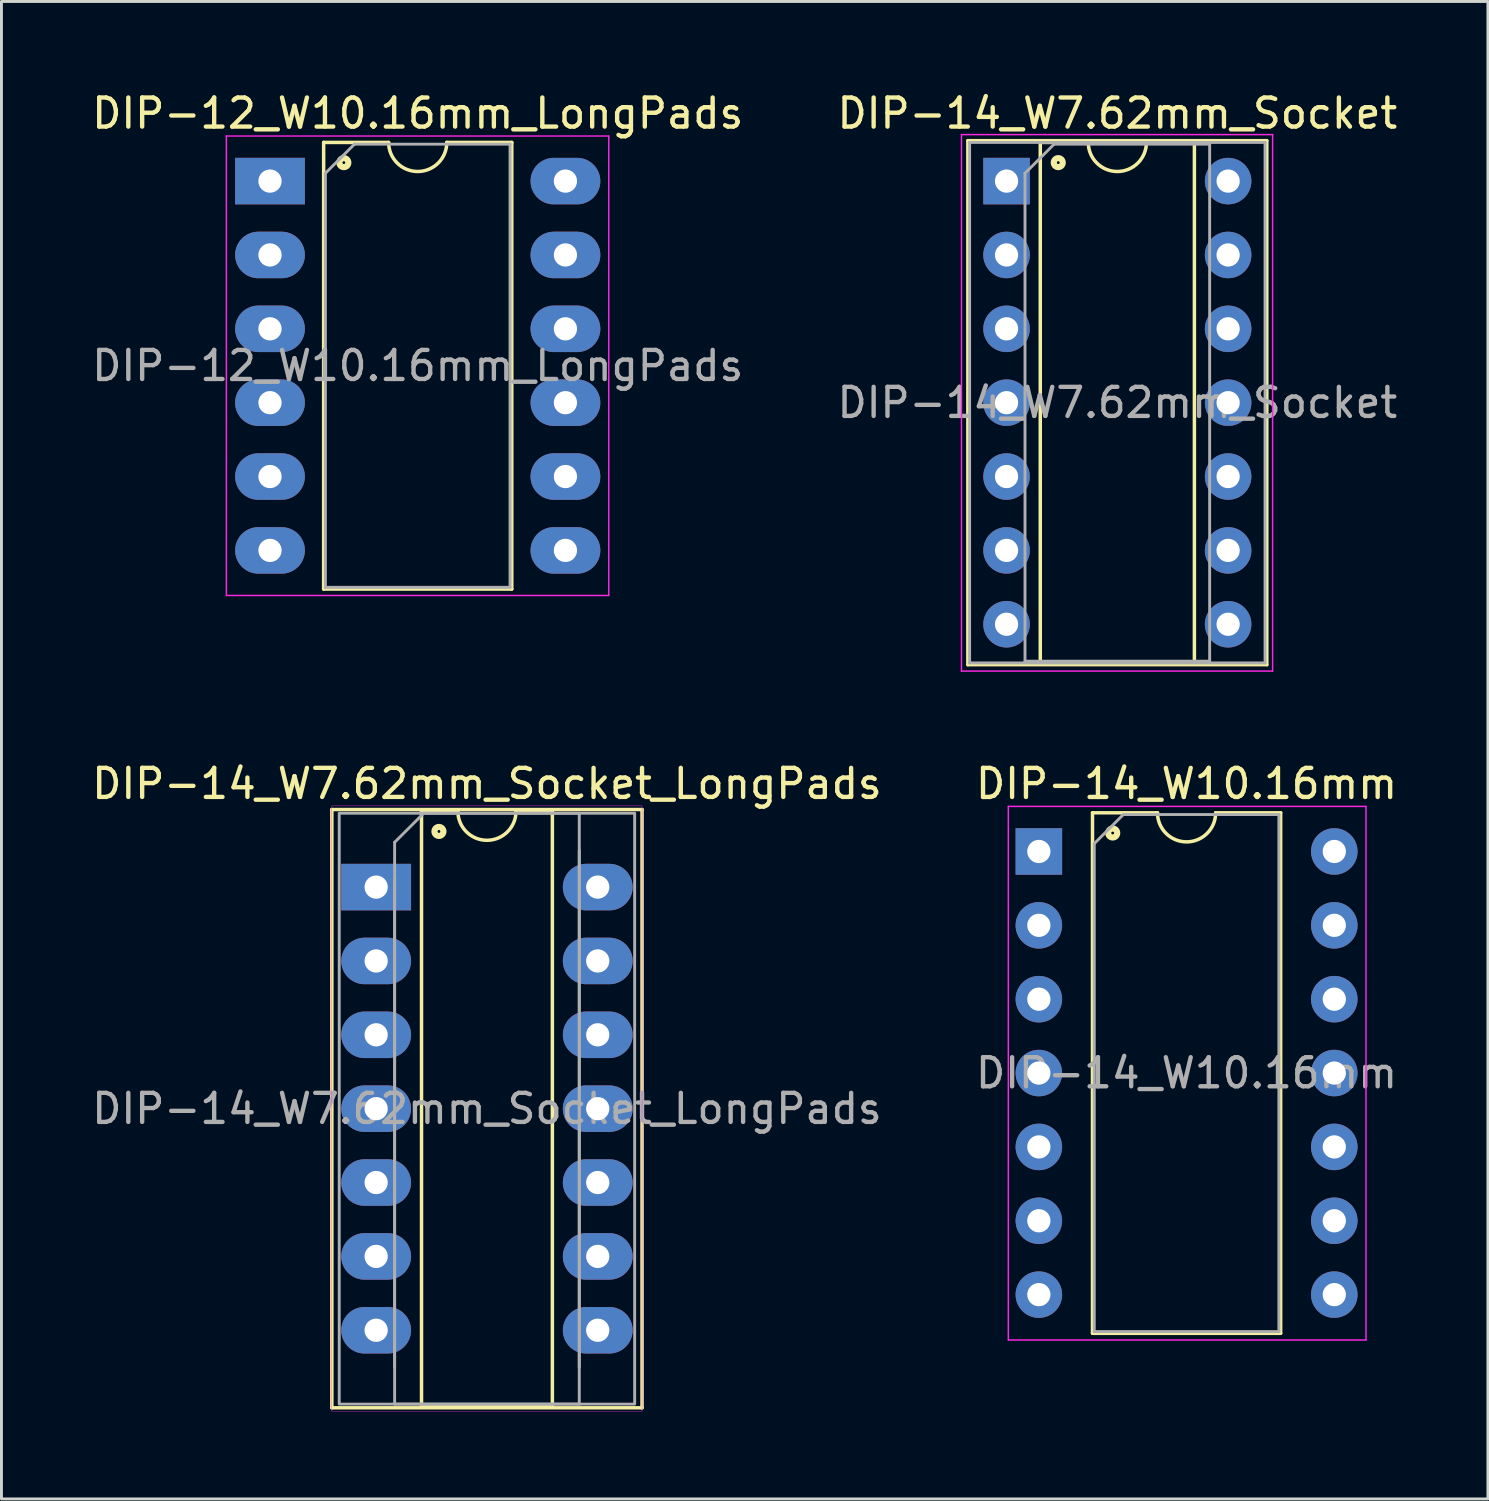
<source format=kicad_pcb>
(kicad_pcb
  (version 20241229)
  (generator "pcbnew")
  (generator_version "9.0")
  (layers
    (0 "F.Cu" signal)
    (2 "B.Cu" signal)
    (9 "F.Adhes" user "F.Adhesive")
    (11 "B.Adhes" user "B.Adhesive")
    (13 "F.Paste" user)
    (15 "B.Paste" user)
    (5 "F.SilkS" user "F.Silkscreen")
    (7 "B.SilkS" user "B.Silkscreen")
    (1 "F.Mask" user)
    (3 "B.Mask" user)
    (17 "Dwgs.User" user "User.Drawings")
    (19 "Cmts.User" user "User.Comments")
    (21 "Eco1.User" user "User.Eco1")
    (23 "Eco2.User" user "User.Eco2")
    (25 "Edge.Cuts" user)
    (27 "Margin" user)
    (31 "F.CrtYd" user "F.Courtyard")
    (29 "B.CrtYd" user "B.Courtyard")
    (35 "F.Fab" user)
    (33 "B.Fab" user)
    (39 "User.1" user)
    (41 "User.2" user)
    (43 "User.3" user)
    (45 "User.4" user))
  (footprint "DIP-12_W10.16mm_LongPads"
    (layer "F.Cu")
    (at 6.235 3.178)
    (property "Reference" "DIP-12_W10.16mm_LongPads" (at 5.08 -2.33 0) (layer "F.SilkS") (effects (font (size 1 1) (thickness 0.15))))
    (attr through_hole)
    (fp_line (start 1.845 -1.33) (end 1.845 14.03) (stroke (width 0.12) (type solid)) (layer "F.SilkS"))
    (fp_line (start 1.845 14.03) (end 8.315 14.03) (stroke (width 0.12) (type solid)) (layer "F.SilkS"))
    (fp_line (start 4.08 -1.33) (end 1.845 -1.33) (stroke (width 0.12) (type solid)) (layer "F.SilkS"))
    (fp_line (start 8.315 -1.33) (end 6.08 -1.33) (stroke (width 0.12) (type solid)) (layer "F.SilkS"))
    (fp_line (start 8.315 14.03) (end 8.315 -1.33) (stroke (width 0.12) (type solid)) (layer "F.SilkS"))
    (fp_arc (start 6.08 -1.33) (mid 5.08 -0.33) (end 4.08 -1.33) (stroke (width 0.12) (type solid)) (layer "F.SilkS"))
    (fp_circle (center 2.54 -0.635) (end 2.59 -0.635) (stroke (width 0.12) (type solid)) (fill no) (layer "F.SilkS"))
    (fp_circle (center 2.54 -0.635) (end 2.665 -0.635) (stroke (width 0.12) (type solid)) (fill no) (layer "F.SilkS"))
    (fp_circle (center 2.54 -0.635) (end 2.74 -0.635) (stroke (width 0.12) (type solid)) (fill no) (layer "F.SilkS"))
    (fp_line (start -1.5 -1.55) (end -1.5 14.25) (stroke (width 0.05) (type solid)) (layer "F.CrtYd"))
    (fp_line (start -1.5 14.25) (end 11.65 14.25) (stroke (width 0.05) (type solid)) (layer "F.CrtYd"))
    (fp_line (start 11.65 -1.55) (end -1.5 -1.55) (stroke (width 0.05) (type solid)) (layer "F.CrtYd"))
    (fp_line (start 11.65 14.25) (end 11.65 -1.55) (stroke (width 0.05) (type solid)) (layer "F.CrtYd"))
    (fp_line (start 1.905 -0.27) (end 2.905 -1.27) (stroke (width 0.1) (type solid)) (layer "F.Fab"))
    (fp_line (start 1.905 13.97) (end 1.905 -0.27) (stroke (width 0.1) (type solid)) (layer "F.Fab"))
    (fp_line (start 2.905 -1.27) (end 8.255 -1.27) (stroke (width 0.1) (type solid)) (layer "F.Fab"))
    (fp_line (start 8.255 -1.27) (end 8.255 13.97) (stroke (width 0.1) (type solid)) (layer "F.Fab"))
    (fp_line (start 8.255 13.97) (end 1.905 13.97) (stroke (width 0.1) (type solid)) (layer "F.Fab"))
    (fp_text user "${REFERENCE}" (at 5.08 6.35 0) (layer "F.Fab") (effects (font (size 1 1) (thickness 0.15))))
    (pad "1" thru_hole rect (at 0 0) (size 2.4 1.6) (drill 0.8) (layers "*.Cu" "*.Mask"))
    (pad "2" thru_hole oval (at 0 2.54) (size 2.4 1.6) (drill 0.8) (layers "*.Cu" "*.Mask"))
    (pad "3" thru_hole oval (at 0 5.08) (size 2.4 1.6) (drill 0.8) (layers "*.Cu" "*.Mask"))
    (pad "4" thru_hole oval (at 0 7.62) (size 2.4 1.6) (drill 0.8) (layers "*.Cu" "*.Mask"))
    (pad "5" thru_hole oval (at 0 10.16) (size 2.4 1.6) (drill 0.8) (layers "*.Cu" "*.Mask"))
    (pad "6" thru_hole oval (at 0 12.7) (size 2.4 1.6) (drill 0.8) (layers "*.Cu" "*.Mask"))
    (pad "7" thru_hole oval (at 10.16 12.7) (size 2.4 1.6) (drill 0.8) (layers "*.Cu" "*.Mask"))
    (pad "8" thru_hole oval (at 10.16 10.16) (size 2.4 1.6) (drill 0.8) (layers "*.Cu" "*.Mask"))
    (pad "9" thru_hole oval (at 10.16 7.62) (size 2.4 1.6) (drill 0.8) (layers "*.Cu" "*.Mask"))
    (pad "10" thru_hole oval (at 10.16 5.08) (size 2.4 1.6) (drill 0.8) (layers "*.Cu" "*.Mask"))
    (pad "11" thru_hole oval (at 10.16 2.54) (size 2.4 1.6) (drill 0.8) (layers "*.Cu" "*.Mask"))
    (pad "12" thru_hole oval (at 10.16 0) (size 2.4 1.6) (drill 0.8) (layers "*.Cu" "*.Mask")))
  (footprint "DIP-14_W7.62mm_Socket"
    (layer "F.Cu")
    (at 31.565 3.178)
    (property "Reference" "DIP-14_W7.62mm_Socket" (at 3.81 -2.33 0) (layer "F.SilkS") (effects (font (size 1 1) (thickness 0.15))))
    (attr through_hole)
    (fp_line (start -1.33 -1.39) (end -1.33 16.63) (stroke (width 0.12) (type solid)) (layer "F.SilkS"))
    (fp_line (start -1.33 16.63) (end 8.95 16.63) (stroke (width 0.12) (type solid)) (layer "F.SilkS"))
    (fp_line (start 1.16 -1.33) (end 1.16 16.57) (stroke (width 0.12) (type solid)) (layer "F.SilkS"))
    (fp_line (start 1.16 16.57) (end 6.46 16.57) (stroke (width 0.12) (type solid)) (layer "F.SilkS"))
    (fp_line (start 2.81 -1.33) (end 1.16 -1.33) (stroke (width 0.12) (type solid)) (layer "F.SilkS"))
    (fp_line (start 6.46 -1.33) (end 4.81 -1.33) (stroke (width 0.12) (type solid)) (layer "F.SilkS"))
    (fp_line (start 6.46 16.57) (end 6.46 -1.33) (stroke (width 0.12) (type solid)) (layer "F.SilkS"))
    (fp_line (start 8.95 -1.39) (end -1.33 -1.39) (stroke (width 0.12) (type solid)) (layer "F.SilkS"))
    (fp_line (start 8.95 16.63) (end 8.95 -1.39) (stroke (width 0.12) (type solid)) (layer "F.SilkS"))
    (fp_arc (start 4.81 -1.33) (mid 3.81 -0.33) (end 2.81 -1.33) (stroke (width 0.12) (type solid)) (layer "F.SilkS"))
    (fp_circle (center 1.778 -0.635) (end 1.828 -0.635) (stroke (width 0.12) (type solid)) (fill no) (layer "F.SilkS"))
    (fp_circle (center 1.778 -0.635) (end 1.903 -0.635) (stroke (width 0.12) (type solid)) (fill no) (layer "F.SilkS"))
    (fp_circle (center 1.778 -0.635) (end 1.978 -0.635) (stroke (width 0.12) (type solid)) (fill no) (layer "F.SilkS"))
    (fp_line (start -1.55 -1.6) (end -1.55 16.85) (stroke (width 0.05) (type solid)) (layer "F.CrtYd"))
    (fp_line (start -1.55 16.85) (end 9.15 16.85) (stroke (width 0.05) (type solid)) (layer "F.CrtYd"))
    (fp_line (start 9.15 -1.6) (end -1.55 -1.6) (stroke (width 0.05) (type solid)) (layer "F.CrtYd"))
    (fp_line (start 9.15 16.85) (end 9.15 -1.6) (stroke (width 0.05) (type solid)) (layer "F.CrtYd"))
    (fp_line (start -1.27 -1.33) (end -1.27 16.57) (stroke (width 0.1) (type solid)) (layer "F.Fab"))
    (fp_line (start -1.27 16.57) (end 8.89 16.57) (stroke (width 0.1) (type solid)) (layer "F.Fab"))
    (fp_line (start 0.635 -0.27) (end 1.635 -1.27) (stroke (width 0.1) (type solid)) (layer "F.Fab"))
    (fp_line (start 0.635 16.51) (end 0.635 -0.27) (stroke (width 0.1) (type solid)) (layer "F.Fab"))
    (fp_line (start 1.635 -1.27) (end 6.985 -1.27) (stroke (width 0.1) (type solid)) (layer "F.Fab"))
    (fp_line (start 6.985 -1.27) (end 6.985 16.51) (stroke (width 0.1) (type solid)) (layer "F.Fab"))
    (fp_line (start 6.985 16.51) (end 0.635 16.51) (stroke (width 0.1) (type solid)) (layer "F.Fab"))
    (fp_line (start 8.89 -1.33) (end -1.27 -1.33) (stroke (width 0.1) (type solid)) (layer "F.Fab"))
    (fp_line (start 8.89 16.57) (end 8.89 -1.33) (stroke (width 0.1) (type solid)) (layer "F.Fab"))
    (fp_text user "${REFERENCE}" (at 3.81 7.62 0) (layer "F.Fab") (effects (font (size 1 1) (thickness 0.15))))
    (pad "1" thru_hole rect (at 0 0) (size 1.6 1.6) (drill 0.8) (layers "*.Cu" "*.Mask"))
    (pad "2" thru_hole oval (at 0 2.54) (size 1.6 1.6) (drill 0.8) (layers "*.Cu" "*.Mask"))
    (pad "3" thru_hole oval (at 0 5.08) (size 1.6 1.6) (drill 0.8) (layers "*.Cu" "*.Mask"))
    (pad "4" thru_hole oval (at 0 7.62) (size 1.6 1.6) (drill 0.8) (layers "*.Cu" "*.Mask"))
    (pad "5" thru_hole oval (at 0 10.16) (size 1.6 1.6) (drill 0.8) (layers "*.Cu" "*.Mask"))
    (pad "6" thru_hole oval (at 0 12.7) (size 1.6 1.6) (drill 0.8) (layers "*.Cu" "*.Mask"))
    (pad "7" thru_hole oval (at 0 15.24) (size 1.6 1.6) (drill 0.8) (layers "*.Cu" "*.Mask"))
    (pad "8" thru_hole oval (at 7.62 15.24) (size 1.6 1.6) (drill 0.8) (layers "*.Cu" "*.Mask"))
    (pad "9" thru_hole oval (at 7.62 12.7) (size 1.6 1.6) (drill 0.8) (layers "*.Cu" "*.Mask"))
    (pad "10" thru_hole oval (at 7.62 10.16) (size 1.6 1.6) (drill 0.8) (layers "*.Cu" "*.Mask"))
    (pad "11" thru_hole oval (at 7.62 7.62) (size 1.6 1.6) (drill 0.8) (layers "*.Cu" "*.Mask"))
    (pad "12" thru_hole oval (at 7.62 5.08) (size 1.6 1.6) (drill 0.8) (layers "*.Cu" "*.Mask"))
    (pad "13" thru_hole oval (at 7.62 2.54) (size 1.6 1.6) (drill 0.8) (layers "*.Cu" "*.Mask"))
    (pad "14" thru_hole oval (at 7.62 0) (size 1.6 1.6) (drill 0.8) (layers "*.Cu" "*.Mask")))
  (footprint "DIP-14_W7.62mm_Socket_LongPads"
    (layer "F.Cu")
    (at 9.886 27.457)
    (property "Reference" "DIP-14_W7.62mm_Socket_LongPads" (at 3.81 -3.556 0) (layer "F.SilkS") (effects (font (size 1 1) (thickness 0.15))))
    (attr through_hole)
    (fp_line (start -1.524 -2.667) (end -1.524 17.907) (stroke (width 0.12) (type solid)) (layer "F.SilkS"))
    (fp_line (start -1.524 17.907) (end 9.144 17.907) (stroke (width 0.12) (type solid)) (layer "F.SilkS"))
    (fp_line (start 1.56 -2.609) (end 1.56 17.831) (stroke (width 0.12) (type solid)) (layer "F.SilkS"))
    (fp_line (start 1.56 17.831) (end 6.06 17.831) (stroke (width 0.12) (type solid)) (layer "F.SilkS"))
    (fp_line (start 2.81 -2.609) (end 1.56 -2.609) (stroke (width 0.12) (type solid)) (layer "F.SilkS"))
    (fp_line (start 6.06 -2.609) (end 4.81 -2.609) (stroke (width 0.12) (type solid)) (layer "F.SilkS"))
    (fp_line (start 6.06 17.831) (end 6.06 -2.609) (stroke (width 0.12) (type solid)) (layer "F.SilkS"))
    (fp_line (start 9.144 -2.667) (end -1.524 -2.667) (stroke (width 0.12) (type solid)) (layer "F.SilkS"))
    (fp_line (start 9.144 17.907) (end 9.144 -2.667) (stroke (width 0.12) (type solid)) (layer "F.SilkS"))
    (fp_arc (start 4.81 -2.6092) (mid 3.81 -1.6092) (end 2.81 -2.6092) (stroke (width 0.12) (type solid)) (layer "F.SilkS"))
    (fp_circle (center 2.159 -1.914) (end 2.209 -1.914) (stroke (width 0.12) (type solid)) (fill no) (layer "F.SilkS"))
    (fp_circle (center 2.159 -1.914) (end 2.284 -1.914) (stroke (width 0.12) (type solid)) (fill no) (layer "F.SilkS"))
    (fp_circle (center 2.159 -1.914) (end 2.359 -1.914) (stroke (width 0.12) (type solid)) (fill no) (layer "F.SilkS"))
    (fp_rect (start -1.524 -2.794) (end 9.144 18.034) (stroke (width 0.013) (type solid)) (fill no) (layer "F.CrtYd"))
    (fp_line (start 0.635 -1.54) (end 1.635 -2.54) (stroke (width 0.1) (type solid)) (layer "F.Fab"))
    (fp_line (start 0.635 16.51) (end 0.635 -0.27) (stroke (width 0.1) (type solid)) (layer "F.Fab"))
    (fp_line (start 0.635 17.78) (end 0.635 -1.54) (stroke (width 0.1) (type solid)) (layer "F.Fab"))
    (fp_line (start 1.635 -2.54) (end 6.985 -2.54) (stroke (width 0.1) (type solid)) (layer "F.Fab"))
    (fp_line (start 6.985 -2.54) (end 6.985 17.78) (stroke (width 0.1) (type solid)) (layer "F.Fab"))
    (fp_line (start 6.985 -1.27) (end 6.985 16.51) (stroke (width 0.1) (type solid)) (layer "F.Fab"))
    (fp_line (start 6.985 17.78) (end 0.635 17.78) (stroke (width 0.1) (type solid)) (layer "F.Fab"))
    (fp_rect (start -1.27 -2.54) (end 8.89 17.78) (stroke (width 0.1) (type solid)) (fill no) (layer "F.Fab"))
    (fp_text user "${REFERENCE}" (at 3.81 7.62 0) (layer "F.Fab") (effects (font (size 1 1) (thickness 0.15))))
    (pad "1" thru_hole rect (at 0 0) (size 2.4 1.6) (drill 0.8) (layers "*.Cu" "*.Mask"))
    (pad "2" thru_hole oval (at 0 2.54) (size 2.4 1.6) (drill 0.8) (layers "*.Cu" "*.Mask"))
    (pad "3" thru_hole oval (at 0 5.08) (size 2.4 1.6) (drill 0.8) (layers "*.Cu" "*.Mask"))
    (pad "4" thru_hole oval (at 0 7.62) (size 2.4 1.6) (drill 0.8) (layers "*.Cu" "*.Mask"))
    (pad "5" thru_hole oval (at 0 10.16) (size 2.4 1.6) (drill 0.8) (layers "*.Cu" "*.Mask"))
    (pad "6" thru_hole oval (at 0 12.7) (size 2.4 1.6) (drill 0.8) (layers "*.Cu" "*.Mask"))
    (pad "7" thru_hole oval (at 0 15.24) (size 2.4 1.6) (drill 0.8) (layers "*.Cu" "*.Mask"))
    (pad "8" thru_hole oval (at 7.62 15.24) (size 2.4 1.6) (drill 0.8) (layers "*.Cu" "*.Mask"))
    (pad "9" thru_hole oval (at 7.62 12.7) (size 2.4 1.6) (drill 0.8) (layers "*.Cu" "*.Mask"))
    (pad "10" thru_hole oval (at 7.62 10.16) (size 2.4 1.6) (drill 0.8) (layers "*.Cu" "*.Mask"))
    (pad "11" thru_hole oval (at 7.62 7.62) (size 2.4 1.6) (drill 0.8) (layers "*.Cu" "*.Mask"))
    (pad "12" thru_hole oval (at 7.62 5.08) (size 2.4 1.6) (drill 0.8) (layers "*.Cu" "*.Mask"))
    (pad "13" thru_hole oval (at 7.62 2.54) (size 2.4 1.6) (drill 0.8) (layers "*.Cu" "*.Mask"))
    (pad "14" thru_hole oval (at 7.62 0) (size 2.4 1.6) (drill 0.8) (layers "*.Cu" "*.Mask")))
  (footprint "DIP-14_W10.16mm"
    (layer "F.Cu")
    (at 32.676 26.232)
    (property "Reference" "DIP-14_W10.16mm" (at 5.08 -2.33 0) (layer "F.SilkS") (effects (font (size 1 1) (thickness 0.15))))
    (attr through_hole)
    (fp_line (start 1.845 -1.33) (end 1.845 16.57) (stroke (width 0.12) (type solid)) (layer "F.SilkS"))
    (fp_line (start 1.845 16.57) (end 8.315 16.57) (stroke (width 0.12) (type solid)) (layer "F.SilkS"))
    (fp_line (start 4.08 -1.33) (end 1.845 -1.33) (stroke (width 0.12) (type solid)) (layer "F.SilkS"))
    (fp_line (start 8.315 -1.33) (end 6.08 -1.33) (stroke (width 0.12) (type solid)) (layer "F.SilkS"))
    (fp_line (start 8.315 16.57) (end 8.315 -1.33) (stroke (width 0.12) (type solid)) (layer "F.SilkS"))
    (fp_arc (start 6.08 -1.33) (mid 5.08 -0.33) (end 4.08 -1.33) (stroke (width 0.12) (type solid)) (layer "F.SilkS"))
    (fp_circle (center 2.54 -0.635) (end 2.59 -0.635) (stroke (width 0.12) (type solid)) (fill no) (layer "F.SilkS"))
    (fp_circle (center 2.54 -0.635) (end 2.665 -0.635) (stroke (width 0.12) (type solid)) (fill no) (layer "F.SilkS"))
    (fp_circle (center 2.54 -0.635) (end 2.74 -0.635) (stroke (width 0.12) (type solid)) (fill no) (layer "F.SilkS"))
    (fp_line (start -1.05 -1.55) (end -1.05 16.8) (stroke (width 0.05) (type solid)) (layer "F.CrtYd"))
    (fp_line (start -1.05 16.8) (end 11.25 16.8) (stroke (width 0.05) (type solid)) (layer "F.CrtYd"))
    (fp_line (start 11.25 -1.55) (end -1.05 -1.55) (stroke (width 0.05) (type solid)) (layer "F.CrtYd"))
    (fp_line (start 11.25 16.8) (end 11.25 -1.55) (stroke (width 0.05) (type solid)) (layer "F.CrtYd"))
    (fp_line (start 1.905 -0.27) (end 2.905 -1.27) (stroke (width 0.1) (type solid)) (layer "F.Fab"))
    (fp_line (start 1.905 16.51) (end 1.905 -0.27) (stroke (width 0.1) (type solid)) (layer "F.Fab"))
    (fp_line (start 2.905 -1.27) (end 8.255 -1.27) (stroke (width 0.1) (type solid)) (layer "F.Fab"))
    (fp_line (start 8.255 -1.27) (end 8.255 16.51) (stroke (width 0.1) (type solid)) (layer "F.Fab"))
    (fp_line (start 8.255 16.51) (end 1.905 16.51) (stroke (width 0.1) (type solid)) (layer "F.Fab"))
    (fp_text user "${REFERENCE}" (at 5.08 7.62 0) (layer "F.Fab") (effects (font (size 1 1) (thickness 0.15))))
    (pad "1" thru_hole rect (at 0 0) (size 1.6 1.6) (drill 0.8) (layers "*.Cu" "*.Mask"))
    (pad "2" thru_hole oval (at 0 2.54) (size 1.6 1.6) (drill 0.8) (layers "*.Cu" "*.Mask"))
    (pad "3" thru_hole oval (at 0 5.08) (size 1.6 1.6) (drill 0.8) (layers "*.Cu" "*.Mask"))
    (pad "4" thru_hole oval (at 0 7.62) (size 1.6 1.6) (drill 0.8) (layers "*.Cu" "*.Mask"))
    (pad "5" thru_hole oval (at 0 10.16) (size 1.6 1.6) (drill 0.8) (layers "*.Cu" "*.Mask"))
    (pad "6" thru_hole oval (at 0 12.7) (size 1.6 1.6) (drill 0.8) (layers "*.Cu" "*.Mask"))
    (pad "7" thru_hole oval (at 0 15.24) (size 1.6 1.6) (drill 0.8) (layers "*.Cu" "*.Mask"))
    (pad "8" thru_hole oval (at 10.16 15.24) (size 1.6 1.6) (drill 0.8) (layers "*.Cu" "*.Mask"))
    (pad "9" thru_hole oval (at 10.16 12.7) (size 1.6 1.6) (drill 0.8) (layers "*.Cu" "*.Mask"))
    (pad "10" thru_hole oval (at 10.16 10.16) (size 1.6 1.6) (drill 0.8) (layers "*.Cu" "*.Mask"))
    (pad "11" thru_hole oval (at 10.16 7.62) (size 1.6 1.6) (drill 0.8) (layers "*.Cu" "*.Mask"))
    (pad "12" thru_hole oval (at 10.16 5.08) (size 1.6 1.6) (drill 0.8) (layers "*.Cu" "*.Mask"))
    (pad "13" thru_hole oval (at 10.16 2.54) (size 1.6 1.6) (drill 0.8) (layers "*.Cu" "*.Mask"))
    (pad "14" thru_hole oval (at 10.16 0) (size 1.6 1.6) (drill 0.8) (layers "*.Cu" "*.Mask")))
  (gr_rect
    (start -3 -3)
    (end 48.119 48.498)
    (stroke (width 0.1) (type default))
    (fill no)
    (layer "Edge.Cuts")))
</source>
